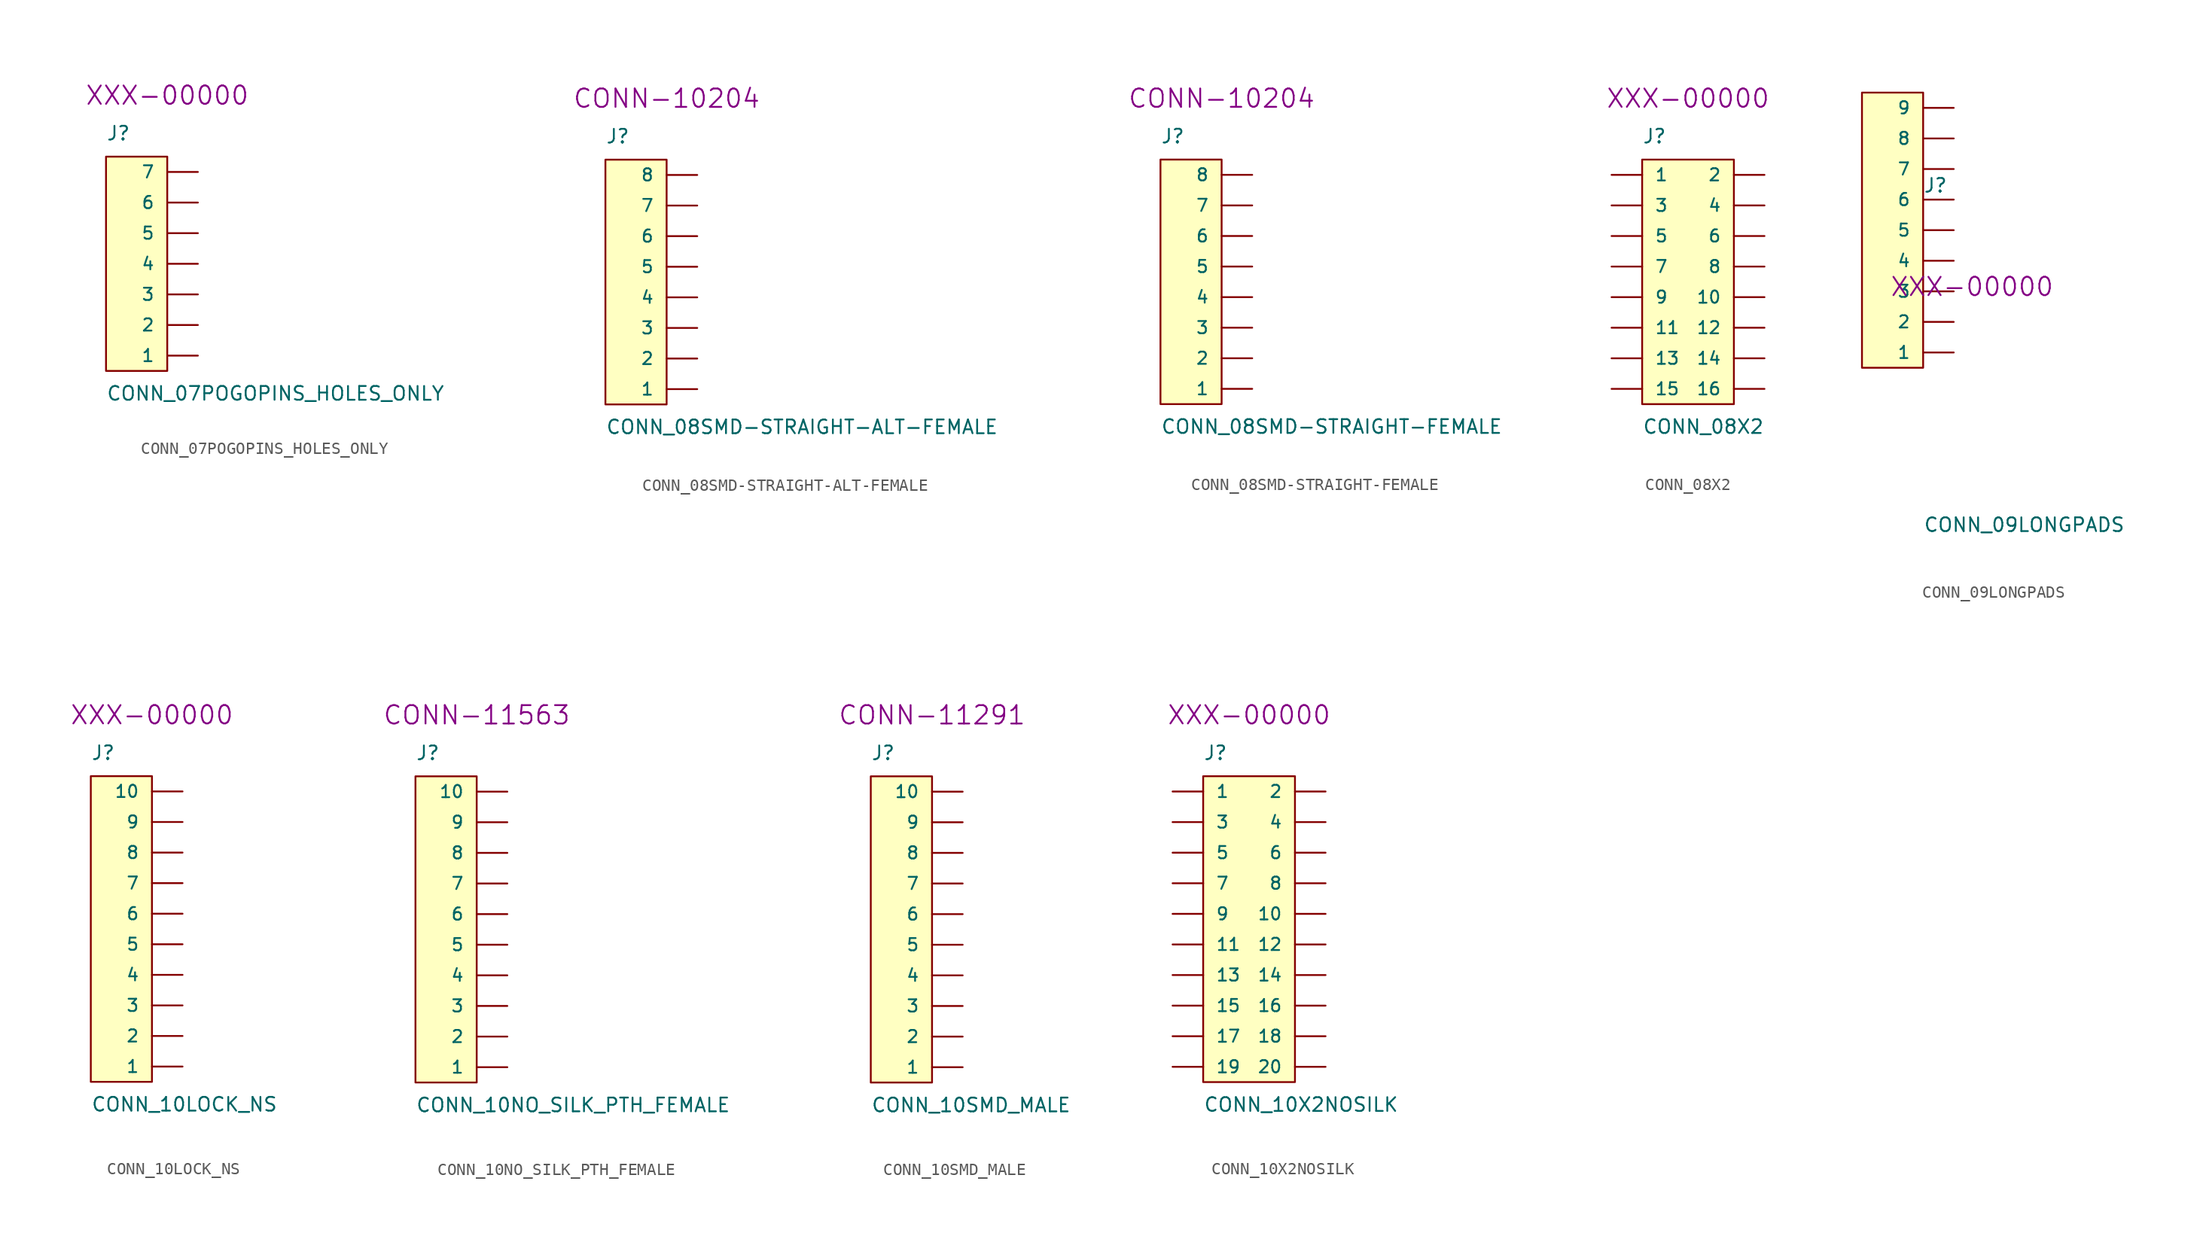
<source format=kicad_sym>
(kicad_symbol_lib
  (version 20220914)
  (generator kicad_symbol_editor)
  (symbol "CONN_07POGOPINS_HOLES_ONLY"
    (pin_numbers hide)
    (pin_names
      (offset 1.016))
    (property "Reference" "J"
      (at -5.08 17.78 0)
      (effects (font (size 1.143 1.143)) (justify left bottom)))
    (property "Value" "CONN_07POGOPINS_HOLES_ONLY"
      (at -5.08 -3.81 0)
      (effects (font (size 1.143 1.143)) (justify left bottom)))
    (property "Field4" "XXX-00000"
      (at 0 21.59 0)
      (effects (font (size 1.524 1.524))))
    (property "ki_locked" ""
      (at 0 0 0)
      (effects (font (size 1.27 1.27))))
    (symbol "CONN_07POGOPINS_HOLES_ONLY_0_1"
      (rectangle (start 0 -1.27) (end -5.08 16.51) (stroke (width 0) (type solid)) (fill (type background))))
    (symbol "CONN_07POGOPINS_HOLES_ONLY_1_1"
      (pin passive line (at 2.54 0 180) (length 2.54) (name "1" (effects (font (size 1.016 1.016)))) (number "1" (effects (font (size 1.016 1.016)))))
      (pin passive line (at 2.54 2.54 180) (length 2.54) (name "2" (effects (font (size 1.016 1.016)))) (number "2" (effects (font (size 1.016 1.016)))))
      (pin passive line (at 2.54 5.08 180) (length 2.54) (name "3" (effects (font (size 1.016 1.016)))) (number "3" (effects (font (size 1.016 1.016)))))
      (pin passive line (at 2.54 7.62 180) (length 2.54) (name "4" (effects (font (size 1.016 1.016)))) (number "4" (effects (font (size 1.016 1.016)))))
      (pin passive line (at 2.54 10.16 180) (length 2.54) (name "5" (effects (font (size 1.016 1.016)))) (number "5" (effects (font (size 1.016 1.016)))))
      (pin passive line (at 2.54 12.7 180) (length 2.54) (name "6" (effects (font (size 1.016 1.016)))) (number "6" (effects (font (size 1.016 1.016)))))
      (pin passive line (at 2.54 15.24 180) (length 2.54) (name "7" (effects (font (size 1.016 1.016)))) (number "7" (effects (font (size 1.016 1.016)))))))
  (symbol "CONN_08SMD-STRAIGHT-ALT-FEMALE"
    (pin_numbers hide)
    (pin_names
      (offset 1.016))
    (property "Reference" "J"
      (at -5.08 20.32 0)
      (effects (font (size 1.143 1.143)) (justify left bottom)))
    (property "Value" "CONN_08SMD-STRAIGHT-ALT-FEMALE"
      (at -5.08 -3.81 0)
      (effects (font (size 1.143 1.143)) (justify left bottom)))
    (property "Field4" "CONN-10204"
      (at 0 24.13 0)
      (effects (font (size 1.524 1.524))))
    (property "ki_locked" ""
      (at 0 0 0)
      (effects (font (size 1.27 1.27))))
    (symbol "CONN_08SMD-STRAIGHT-ALT-FEMALE_0_1"
      (rectangle (start 0 -1.27) (end -5.08 19.05) (stroke (width 0) (type solid)) (fill (type background))))
    (symbol "CONN_08SMD-STRAIGHT-ALT-FEMALE_1_1"
      (pin passive line (at 2.54 0 180) (length 2.54) (name "1" (effects (font (size 1.016 1.016)))) (number "1" (effects (font (size 1.016 1.016)))))
      (pin passive line (at 2.54 2.54 180) (length 2.54) (name "2" (effects (font (size 1.016 1.016)))) (number "2" (effects (font (size 1.016 1.016)))))
      (pin passive line (at 2.54 5.08 180) (length 2.54) (name "3" (effects (font (size 1.016 1.016)))) (number "3" (effects (font (size 1.016 1.016)))))
      (pin passive line (at 2.54 7.62 180) (length 2.54) (name "4" (effects (font (size 1.016 1.016)))) (number "4" (effects (font (size 1.016 1.016)))))
      (pin passive line (at 2.54 10.16 180) (length 2.54) (name "5" (effects (font (size 1.016 1.016)))) (number "5" (effects (font (size 1.016 1.016)))))
      (pin passive line (at 2.54 12.7 180) (length 2.54) (name "6" (effects (font (size 1.016 1.016)))) (number "6" (effects (font (size 1.016 1.016)))))
      (pin passive line (at 2.54 15.24 180) (length 2.54) (name "7" (effects (font (size 1.016 1.016)))) (number "7" (effects (font (size 1.016 1.016)))))
      (pin passive line (at 2.54 17.78 180) (length 2.54) (name "8" (effects (font (size 1.016 1.016)))) (number "8" (effects (font (size 1.016 1.016)))))))
  (symbol "CONN_08SMD-STRAIGHT-FEMALE"
    (pin_numbers hide)
    (pin_names
      (offset 1.016))
    (property "Reference" "J"
      (at -5.08 20.32 0)
      (effects (font (size 1.143 1.143)) (justify left bottom)))
    (property "Value" "CONN_08SMD-STRAIGHT-FEMALE"
      (at -5.08 -3.81 0)
      (effects (font (size 1.143 1.143)) (justify left bottom)))
    (property "Field4" "CONN-10204"
      (at 0 24.13 0)
      (effects (font (size 1.524 1.524))))
    (property "ki_locked" ""
      (at 0 0 0)
      (effects (font (size 1.27 1.27))))
    (symbol "CONN_08SMD-STRAIGHT-FEMALE_0_1"
      (rectangle (start 0 -1.27) (end -5.08 19.05) (stroke (width 0) (type solid)) (fill (type background))))
    (symbol "CONN_08SMD-STRAIGHT-FEMALE_1_1"
      (pin passive line (at 2.54 0 180) (length 2.54) (name "1" (effects (font (size 1.016 1.016)))) (number "1" (effects (font (size 1.016 1.016)))))
      (pin passive line (at 2.54 2.54 180) (length 2.54) (name "2" (effects (font (size 1.016 1.016)))) (number "2" (effects (font (size 1.016 1.016)))))
      (pin passive line (at 2.54 5.08 180) (length 2.54) (name "3" (effects (font (size 1.016 1.016)))) (number "3" (effects (font (size 1.016 1.016)))))
      (pin passive line (at 2.54 7.62 180) (length 2.54) (name "4" (effects (font (size 1.016 1.016)))) (number "4" (effects (font (size 1.016 1.016)))))
      (pin passive line (at 2.54 10.16 180) (length 2.54) (name "5" (effects (font (size 1.016 1.016)))) (number "5" (effects (font (size 1.016 1.016)))))
      (pin passive line (at 2.54 12.7 180) (length 2.54) (name "6" (effects (font (size 1.016 1.016)))) (number "6" (effects (font (size 1.016 1.016)))))
      (pin passive line (at 2.54 15.24 180) (length 2.54) (name "7" (effects (font (size 1.016 1.016)))) (number "7" (effects (font (size 1.016 1.016)))))
      (pin passive line (at 2.54 17.78 180) (length 2.54) (name "8" (effects (font (size 1.016 1.016)))) (number "8" (effects (font (size 1.016 1.016)))))))
  (symbol "CONN_08X2"
    (pin_numbers hide)
    (pin_names
      (offset 1.016))
    (property "Reference" "J"
      (at -3.81 11.43 0)
      (effects (font (size 1.143 1.143)) (justify left bottom)))
    (property "Value" "CONN_08X2"
      (at -3.81 -12.7 0)
      (effects (font (size 1.143 1.143)) (justify left bottom)))
    (property "Field4" "XXX-00000"
      (at 0 15.24 0)
      (effects (font (size 1.524 1.524))))
    (property "ki_locked" ""
      (at 0 0 0)
      (effects (font (size 1.27 1.27))))
    (symbol "CONN_08X2_0_1"
      (rectangle (start 3.81 -10.16) (end -3.81 10.16) (stroke (width 0) (type solid)) (fill (type background))))
    (symbol "CONN_08X2_1_1"
      (pin passive line (at -6.35 8.89 0) (length 2.54) (name "1" (effects (font (size 1.016 1.016)))) (number "1" (effects (font (size 1.016 1.016)))))
      (pin passive line (at 6.35 -1.27 180) (length 2.54) (name "10" (effects (font (size 1.016 1.016)))) (number "10" (effects (font (size 1.016 1.016)))))
      (pin passive line (at -6.35 -3.81 0) (length 2.54) (name "11" (effects (font (size 1.016 1.016)))) (number "11" (effects (font (size 1.016 1.016)))))
      (pin passive line (at 6.35 -3.81 180) (length 2.54) (name "12" (effects (font (size 1.016 1.016)))) (number "12" (effects (font (size 1.016 1.016)))))
      (pin passive line (at -6.35 -6.35 0) (length 2.54) (name "13" (effects (font (size 1.016 1.016)))) (number "13" (effects (font (size 1.016 1.016)))))
      (pin passive line (at 6.35 -6.35 180) (length 2.54) (name "14" (effects (font (size 1.016 1.016)))) (number "14" (effects (font (size 1.016 1.016)))))
      (pin passive line (at -6.35 -8.89 0) (length 2.54) (name "15" (effects (font (size 1.016 1.016)))) (number "15" (effects (font (size 1.016 1.016)))))
      (pin passive line (at 6.35 -8.89 180) (length 2.54) (name "16" (effects (font (size 1.016 1.016)))) (number "16" (effects (font (size 1.016 1.016)))))
      (pin passive line (at 6.35 8.89 180) (length 2.54) (name "2" (effects (font (size 1.016 1.016)))) (number "2" (effects (font (size 1.016 1.016)))))
      (pin passive line (at -6.35 6.35 0) (length 2.54) (name "3" (effects (font (size 1.016 1.016)))) (number "3" (effects (font (size 1.016 1.016)))))
      (pin passive line (at 6.35 6.35 180) (length 2.54) (name "4" (effects (font (size 1.016 1.016)))) (number "4" (effects (font (size 1.016 1.016)))))
      (pin passive line (at -6.35 3.81 0) (length 2.54) (name "5" (effects (font (size 1.016 1.016)))) (number "5" (effects (font (size 1.016 1.016)))))
      (pin passive line (at 6.35 3.81 180) (length 2.54) (name "6" (effects (font (size 1.016 1.016)))) (number "6" (effects (font (size 1.016 1.016)))))
      (pin passive line (at -6.35 1.27 0) (length 2.54) (name "7" (effects (font (size 1.016 1.016)))) (number "7" (effects (font (size 1.016 1.016)))))
      (pin passive line (at 6.35 1.27 180) (length 2.54) (name "8" (effects (font (size 1.016 1.016)))) (number "8" (effects (font (size 1.016 1.016)))))
      (pin passive line (at -6.35 -1.27 0) (length 2.54) (name "9" (effects (font (size 1.016 1.016)))) (number "9" (effects (font (size 1.016 1.016)))))))
  (symbol "CONN_09LONGPADS"
    (pin_numbers hide)
    (pin_names
      (offset 1.016))
    (property "Reference" "J"
      (at 0 13.208 0)
      (effects (font (size 1.143 1.143)) (justify left bottom)))
    (property "Value" "CONN_09LONGPADS"
      (at 0 -14.986 0)
      (effects (font (size 1.143 1.143)) (justify left bottom)))
    (property "Field4" "XXX-00000"
      (at 4.064 5.461 0)
      (effects (font (size 1.524 1.524))))
    (property "ki_locked" ""
      (at 0 0 0)
      (effects (font (size 1.27 1.27))))
    (symbol "CONN_09LONGPADS_0_1"
      (rectangle (start 0 -1.27) (end -5.08 21.59) (stroke (width 0) (type solid)) (fill (type background))))
    (symbol "CONN_09LONGPADS_1_1"
      (pin passive line (at 2.54 0 180) (length 2.54) (name "1" (effects (font (size 1.016 1.016)))) (number "1" (effects (font (size 1.016 1.016)))))
      (pin passive line (at 2.54 2.54 180) (length 2.54) (name "2" (effects (font (size 1.016 1.016)))) (number "2" (effects (font (size 1.016 1.016)))))
      (pin passive line (at 2.54 5.08 180) (length 2.54) (name "3" (effects (font (size 1.016 1.016)))) (number "3" (effects (font (size 1.016 1.016)))))
      (pin passive line (at 2.54 7.62 180) (length 2.54) (name "4" (effects (font (size 1.016 1.016)))) (number "4" (effects (font (size 1.016 1.016)))))
      (pin passive line (at 2.54 10.16 180) (length 2.54) (name "5" (effects (font (size 1.016 1.016)))) (number "5" (effects (font (size 1.016 1.016)))))
      (pin passive line (at 2.54 12.7 180) (length 2.54) (name "6" (effects (font (size 1.016 1.016)))) (number "6" (effects (font (size 1.016 1.016)))))
      (pin passive line (at 2.54 15.24 180) (length 2.54) (name "7" (effects (font (size 1.016 1.016)))) (number "7" (effects (font (size 1.016 1.016)))))
      (pin passive line (at 2.54 17.78 180) (length 2.54) (name "8" (effects (font (size 1.016 1.016)))) (number "8" (effects (font (size 1.016 1.016)))))
      (pin passive line (at 2.54 20.32 180) (length 2.54) (name "9" (effects (font (size 1.016 1.016)))) (number "9" (effects (font (size 1.016 1.016)))))))
  (symbol "CONN_10LOCK_NS"
    (pin_numbers hide)
    (pin_names
      (offset 1.016))
    (property "Reference" "J"
      (at -5.08 25.4 0)
      (effects (font (size 1.143 1.143)) (justify left bottom)))
    (property "Value" "CONN_10LOCK_NS"
      (at -5.08 -3.81 0)
      (effects (font (size 1.143 1.143)) (justify left bottom)))
    (property "Field4" "XXX-00000"
      (at 0 29.21 0)
      (effects (font (size 1.524 1.524))))
    (property "ki_locked" ""
      (at 0 0 0)
      (effects (font (size 1.27 1.27))))
    (symbol "CONN_10LOCK_NS_0_1"
      (rectangle (start 0 -1.27) (end -5.08 24.13) (stroke (width 0) (type solid)) (fill (type background))))
    (symbol "CONN_10LOCK_NS_1_1"
      (pin passive line (at 2.54 0 180) (length 2.54) (name "1" (effects (font (size 1.016 1.016)))) (number "1" (effects (font (size 1.016 1.016)))))
      (pin passive line (at 2.54 22.86 180) (length 2.54) (name "10" (effects (font (size 1.016 1.016)))) (number "10" (effects (font (size 1.016 1.016)))))
      (pin passive line (at 2.54 2.54 180) (length 2.54) (name "2" (effects (font (size 1.016 1.016)))) (number "2" (effects (font (size 1.016 1.016)))))
      (pin passive line (at 2.54 5.08 180) (length 2.54) (name "3" (effects (font (size 1.016 1.016)))) (number "3" (effects (font (size 1.016 1.016)))))
      (pin passive line (at 2.54 7.62 180) (length 2.54) (name "4" (effects (font (size 1.016 1.016)))) (number "4" (effects (font (size 1.016 1.016)))))
      (pin passive line (at 2.54 10.16 180) (length 2.54) (name "5" (effects (font (size 1.016 1.016)))) (number "5" (effects (font (size 1.016 1.016)))))
      (pin passive line (at 2.54 12.7 180) (length 2.54) (name "6" (effects (font (size 1.016 1.016)))) (number "6" (effects (font (size 1.016 1.016)))))
      (pin passive line (at 2.54 15.24 180) (length 2.54) (name "7" (effects (font (size 1.016 1.016)))) (number "7" (effects (font (size 1.016 1.016)))))
      (pin passive line (at 2.54 17.78 180) (length 2.54) (name "8" (effects (font (size 1.016 1.016)))) (number "8" (effects (font (size 1.016 1.016)))))
      (pin passive line (at 2.54 20.32 180) (length 2.54) (name "9" (effects (font (size 1.016 1.016)))) (number "9" (effects (font (size 1.016 1.016)))))))
  (symbol "CONN_10NO_SILK_PTH_FEMALE"
    (pin_numbers hide)
    (pin_names
      (offset 1.016))
    (property "Reference" "J"
      (at -5.08 25.4 0)
      (effects (font (size 1.143 1.143)) (justify left bottom)))
    (property "Value" "CONN_10NO_SILK_PTH_FEMALE"
      (at -5.08 -3.81 0)
      (effects (font (size 1.143 1.143)) (justify left bottom)))
    (property "Field4" "CONN-11563"
      (at 0 29.21 0)
      (effects (font (size 1.524 1.524))))
    (property "ki_locked" ""
      (at 0 0 0)
      (effects (font (size 1.27 1.27))))
    (symbol "CONN_10NO_SILK_PTH_FEMALE_0_1"
      (rectangle (start 0 -1.27) (end -5.08 24.13) (stroke (width 0) (type solid)) (fill (type background))))
    (symbol "CONN_10NO_SILK_PTH_FEMALE_1_1"
      (pin passive line (at 2.54 0 180) (length 2.54) (name "1" (effects (font (size 1.016 1.016)))) (number "1" (effects (font (size 1.016 1.016)))))
      (pin passive line (at 2.54 22.86 180) (length 2.54) (name "10" (effects (font (size 1.016 1.016)))) (number "10" (effects (font (size 1.016 1.016)))))
      (pin passive line (at 2.54 2.54 180) (length 2.54) (name "2" (effects (font (size 1.016 1.016)))) (number "2" (effects (font (size 1.016 1.016)))))
      (pin passive line (at 2.54 5.08 180) (length 2.54) (name "3" (effects (font (size 1.016 1.016)))) (number "3" (effects (font (size 1.016 1.016)))))
      (pin passive line (at 2.54 7.62 180) (length 2.54) (name "4" (effects (font (size 1.016 1.016)))) (number "4" (effects (font (size 1.016 1.016)))))
      (pin passive line (at 2.54 10.16 180) (length 2.54) (name "5" (effects (font (size 1.016 1.016)))) (number "5" (effects (font (size 1.016 1.016)))))
      (pin passive line (at 2.54 12.7 180) (length 2.54) (name "6" (effects (font (size 1.016 1.016)))) (number "6" (effects (font (size 1.016 1.016)))))
      (pin passive line (at 2.54 15.24 180) (length 2.54) (name "7" (effects (font (size 1.016 1.016)))) (number "7" (effects (font (size 1.016 1.016)))))
      (pin passive line (at 2.54 17.78 180) (length 2.54) (name "8" (effects (font (size 1.016 1.016)))) (number "8" (effects (font (size 1.016 1.016)))))
      (pin passive line (at 2.54 20.32 180) (length 2.54) (name "9" (effects (font (size 1.016 1.016)))) (number "9" (effects (font (size 1.016 1.016)))))))
  (symbol "CONN_10SMD_MALE"
    (pin_numbers hide)
    (pin_names
      (offset 1.016))
    (property "Reference" "J"
      (at -5.08 25.4 0)
      (effects (font (size 1.143 1.143)) (justify left bottom)))
    (property "Value" "CONN_10SMD_MALE"
      (at -5.08 -3.81 0)
      (effects (font (size 1.143 1.143)) (justify left bottom)))
    (property "Field4" "CONN-11291"
      (at 0 29.21 0)
      (effects (font (size 1.524 1.524))))
    (property "ki_locked" ""
      (at 0 0 0)
      (effects (font (size 1.27 1.27))))
    (symbol "CONN_10SMD_MALE_0_1"
      (rectangle (start 0 -1.27) (end -5.08 24.13) (stroke (width 0) (type solid)) (fill (type background))))
    (symbol "CONN_10SMD_MALE_1_1"
      (pin passive line (at 2.54 0 180) (length 2.54) (name "1" (effects (font (size 1.016 1.016)))) (number "1" (effects (font (size 1.016 1.016)))))
      (pin passive line (at 2.54 22.86 180) (length 2.54) (name "10" (effects (font (size 1.016 1.016)))) (number "10" (effects (font (size 1.016 1.016)))))
      (pin passive line (at 2.54 2.54 180) (length 2.54) (name "2" (effects (font (size 1.016 1.016)))) (number "2" (effects (font (size 1.016 1.016)))))
      (pin passive line (at 2.54 5.08 180) (length 2.54) (name "3" (effects (font (size 1.016 1.016)))) (number "3" (effects (font (size 1.016 1.016)))))
      (pin passive line (at 2.54 7.62 180) (length 2.54) (name "4" (effects (font (size 1.016 1.016)))) (number "4" (effects (font (size 1.016 1.016)))))
      (pin passive line (at 2.54 10.16 180) (length 2.54) (name "5" (effects (font (size 1.016 1.016)))) (number "5" (effects (font (size 1.016 1.016)))))
      (pin passive line (at 2.54 12.7 180) (length 2.54) (name "6" (effects (font (size 1.016 1.016)))) (number "6" (effects (font (size 1.016 1.016)))))
      (pin passive line (at 2.54 15.24 180) (length 2.54) (name "7" (effects (font (size 1.016 1.016)))) (number "7" (effects (font (size 1.016 1.016)))))
      (pin passive line (at 2.54 17.78 180) (length 2.54) (name "8" (effects (font (size 1.016 1.016)))) (number "8" (effects (font (size 1.016 1.016)))))
      (pin passive line (at 2.54 20.32 180) (length 2.54) (name "9" (effects (font (size 1.016 1.016)))) (number "9" (effects (font (size 1.016 1.016)))))))
  (symbol "CONN_10X2NOSILK"
    (pin_numbers hide)
    (pin_names
      (offset 1.016))
    (property "Reference" "J"
      (at -3.81 13.97 0)
      (effects (font (size 1.143 1.143)) (justify left bottom)))
    (property "Value" "CONN_10X2NOSILK"
      (at -3.81 -15.24 0)
      (effects (font (size 1.143 1.143)) (justify left bottom)))
    (property "Field4" "XXX-00000"
      (at 0 17.78 0)
      (effects (font (size 1.524 1.524))))
    (property "ki_locked" ""
      (at 0 0 0)
      (effects (font (size 1.27 1.27))))
    (symbol "CONN_10X2NOSILK_0_1"
      (rectangle (start 3.81 -12.7) (end -3.81 12.7) (stroke (width 0) (type solid)) (fill (type background))))
    (symbol "CONN_10X2NOSILK_1_1"
      (pin passive line (at -6.35 11.43 0) (length 2.54) (name "1" (effects (font (size 1.016 1.016)))) (number "1" (effects (font (size 1.016 1.016)))))
      (pin passive line (at 6.35 1.27 180) (length 2.54) (name "10" (effects (font (size 1.016 1.016)))) (number "10" (effects (font (size 1.016 1.016)))))
      (pin passive line (at -6.35 -1.27 0) (length 2.54) (name "11" (effects (font (size 1.016 1.016)))) (number "11" (effects (font (size 1.016 1.016)))))
      (pin passive line (at 6.35 -1.27 180) (length 2.54) (name "12" (effects (font (size 1.016 1.016)))) (number "12" (effects (font (size 1.016 1.016)))))
      (pin passive line (at -6.35 -3.81 0) (length 2.54) (name "13" (effects (font (size 1.016 1.016)))) (number "13" (effects (font (size 1.016 1.016)))))
      (pin passive line (at 6.35 -3.81 180) (length 2.54) (name "14" (effects (font (size 1.016 1.016)))) (number "14" (effects (font (size 1.016 1.016)))))
      (pin passive line (at -6.35 -6.35 0) (length 2.54) (name "15" (effects (font (size 1.016 1.016)))) (number "15" (effects (font (size 1.016 1.016)))))
      (pin passive line (at 6.35 -6.35 180) (length 2.54) (name "16" (effects (font (size 1.016 1.016)))) (number "16" (effects (font (size 1.016 1.016)))))
      (pin passive line (at -6.35 -8.89 0) (length 2.54) (name "17" (effects (font (size 1.016 1.016)))) (number "17" (effects (font (size 1.016 1.016)))))
      (pin passive line (at 6.35 -8.89 180) (length 2.54) (name "18" (effects (font (size 1.016 1.016)))) (number "18" (effects (font (size 1.016 1.016)))))
      (pin passive line (at -6.35 -11.43 0) (length 2.54) (name "19" (effects (font (size 1.016 1.016)))) (number "19" (effects (font (size 1.016 1.016)))))
      (pin passive line (at 6.35 11.43 180) (length 2.54) (name "2" (effects (font (size 1.016 1.016)))) (number "2" (effects (font (size 1.016 1.016)))))
      (pin passive line (at 6.35 -11.43 180) (length 2.54) (name "20" (effects (font (size 1.016 1.016)))) (number "20" (effects (font (size 1.016 1.016)))))
      (pin passive line (at -6.35 8.89 0) (length 2.54) (name "3" (effects (font (size 1.016 1.016)))) (number "3" (effects (font (size 1.016 1.016)))))
      (pin passive line (at 6.35 8.89 180) (length 2.54) (name "4" (effects (font (size 1.016 1.016)))) (number "4" (effects (font (size 1.016 1.016)))))
      (pin passive line (at -6.35 6.35 0) (length 2.54) (name "5" (effects (font (size 1.016 1.016)))) (number "5" (effects (font (size 1.016 1.016)))))
      (pin passive line (at 6.35 6.35 180) (length 2.54) (name "6" (effects (font (size 1.016 1.016)))) (number "6" (effects (font (size 1.016 1.016)))))
      (pin passive line (at -6.35 3.81 0) (length 2.54) (name "7" (effects (font (size 1.016 1.016)))) (number "7" (effects (font (size 1.016 1.016)))))
      (pin passive line (at 6.35 3.81 180) (length 2.54) (name "8" (effects (font (size 1.016 1.016)))) (number "8" (effects (font (size 1.016 1.016)))))
      (pin passive line (at -6.35 1.27 0) (length 2.54) (name "9" (effects (font (size 1.016 1.016)))) (number "9" (effects (font (size 1.016 1.016))))))))
</source>
